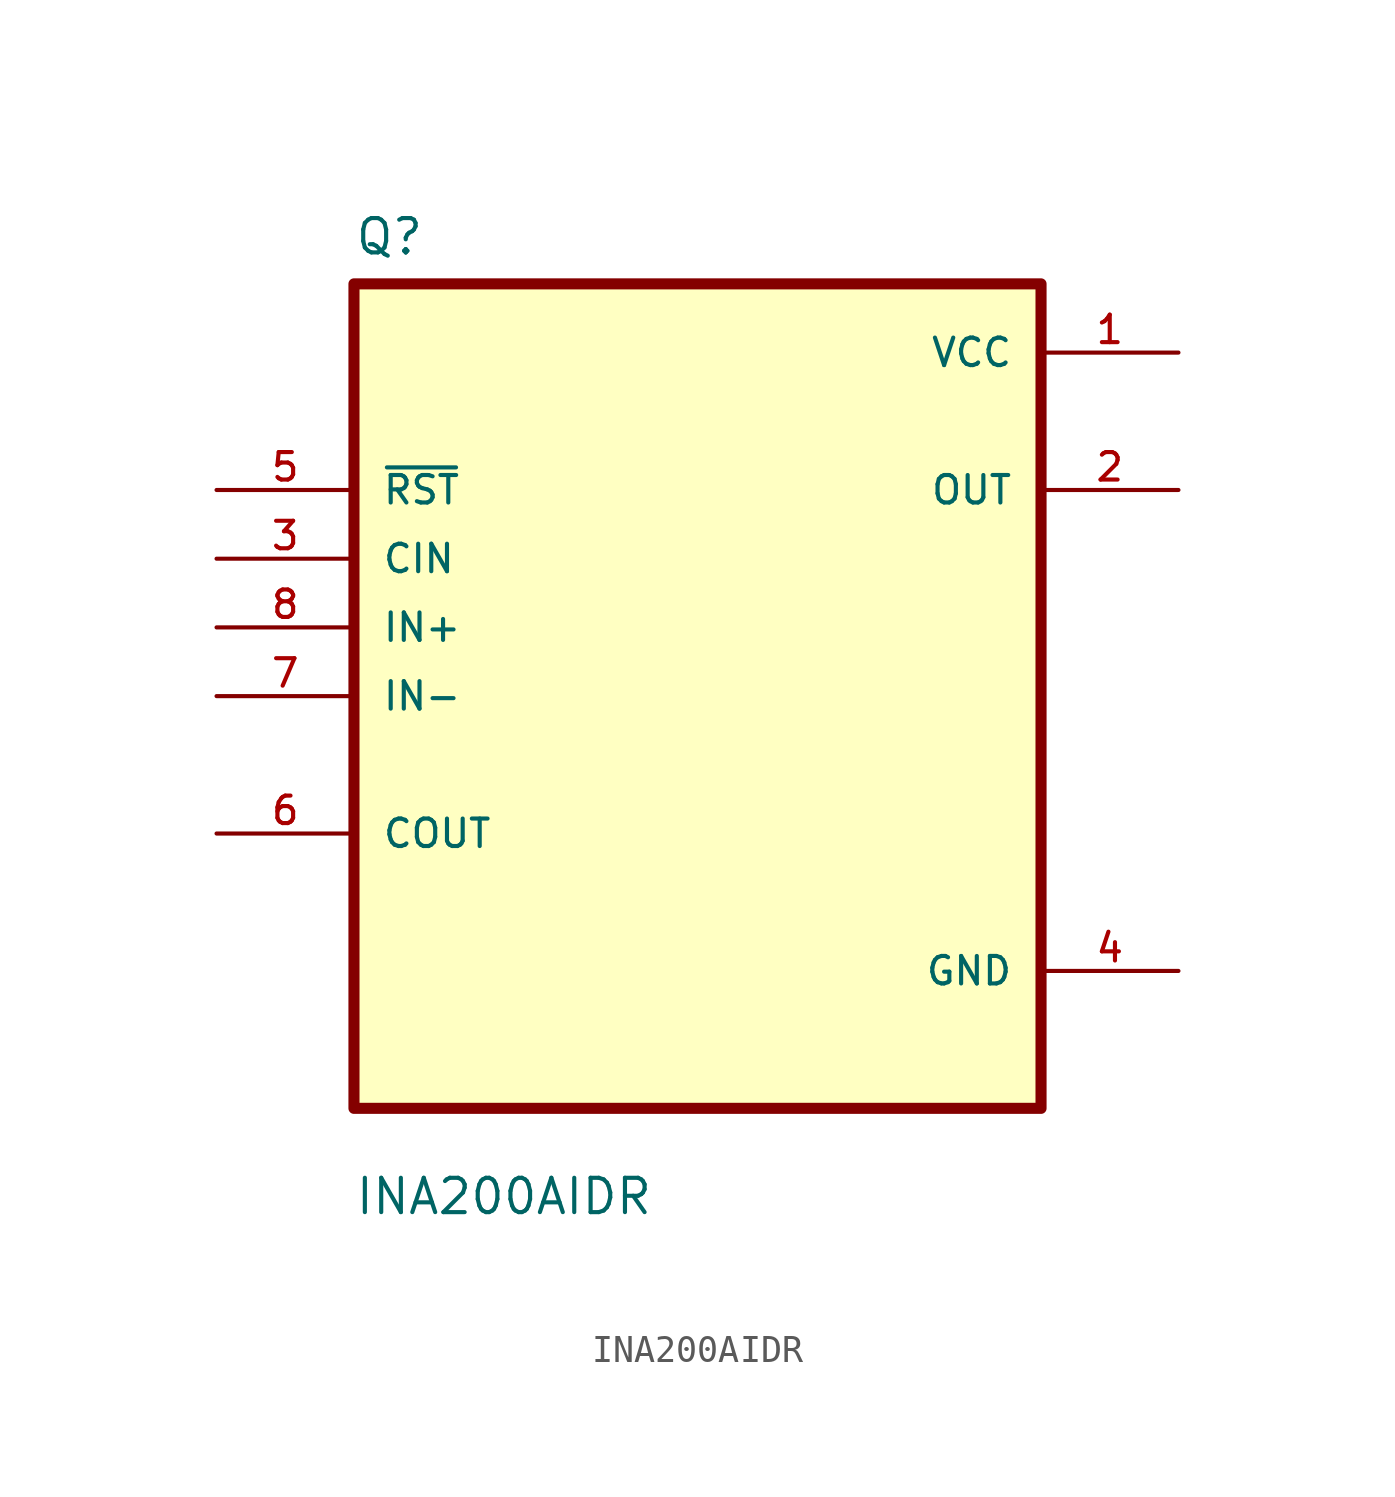
<source format=kicad_sym>
(kicad_symbol_lib
  (version 20211014)
  (generator kicad_symbol_editor)
  (symbol "INA200AIDR"
    (pin_names
      (offset 1.016))
    (property "Reference" "Q"
      (at -12.7 16.24 0.0)
      (effects (font (size 1.27 1.27)) (justify bottom left)))
    (property "Value" "INA200AIDR"
      (at -12.7 -19.24 0.0)
      (effects (font (size 1.27 1.27)) (justify bottom left)))
    (symbol "INA200AIDR_0_0"
      (rectangle (start -12.7 -15.24) (end 12.7 15.24) (stroke (width 0.41)) (fill (type background)))
      (pin input line (at -17.78 7.62 0) (length 5.08) (name "~{RST}" (effects (font (size 1.016 1.016)))) (number "5" (effects (font (size 1.016 1.016)))))
      (pin input line (at -17.78 5.08 0) (length 5.08) (name "CIN" (effects (font (size 1.016 1.016)))) (number "3" (effects (font (size 1.016 1.016)))))
      (pin input line (at -17.78 2.54 0) (length 5.08) (name "IN+" (effects (font (size 1.016 1.016)))) (number "8" (effects (font (size 1.016 1.016)))))
      (pin input line (at -17.78 0.0 0) (length 5.08) (name "IN-" (effects (font (size 1.016 1.016)))) (number "7" (effects (font (size 1.016 1.016)))))
      (pin bidirectional line (at -17.78 -5.08 0) (length 5.08) (name "COUT" (effects (font (size 1.016 1.016)))) (number "6" (effects (font (size 1.016 1.016)))))
      (pin power_in line (at 17.78 12.7 180.0) (length 5.08) (name "VCC" (effects (font (size 1.016 1.016)))) (number "1" (effects (font (size 1.016 1.016)))))
      (pin output line (at 17.78 7.62 180.0) (length 5.08) (name "OUT" (effects (font (size 1.016 1.016)))) (number "2" (effects (font (size 1.016 1.016)))))
      (pin power_in line (at 17.78 -10.16 180.0) (length 5.08) (name "GND" (effects (font (size 1.016 1.016)))) (number "4" (effects (font (size 1.016 1.016))))))))
</source>
